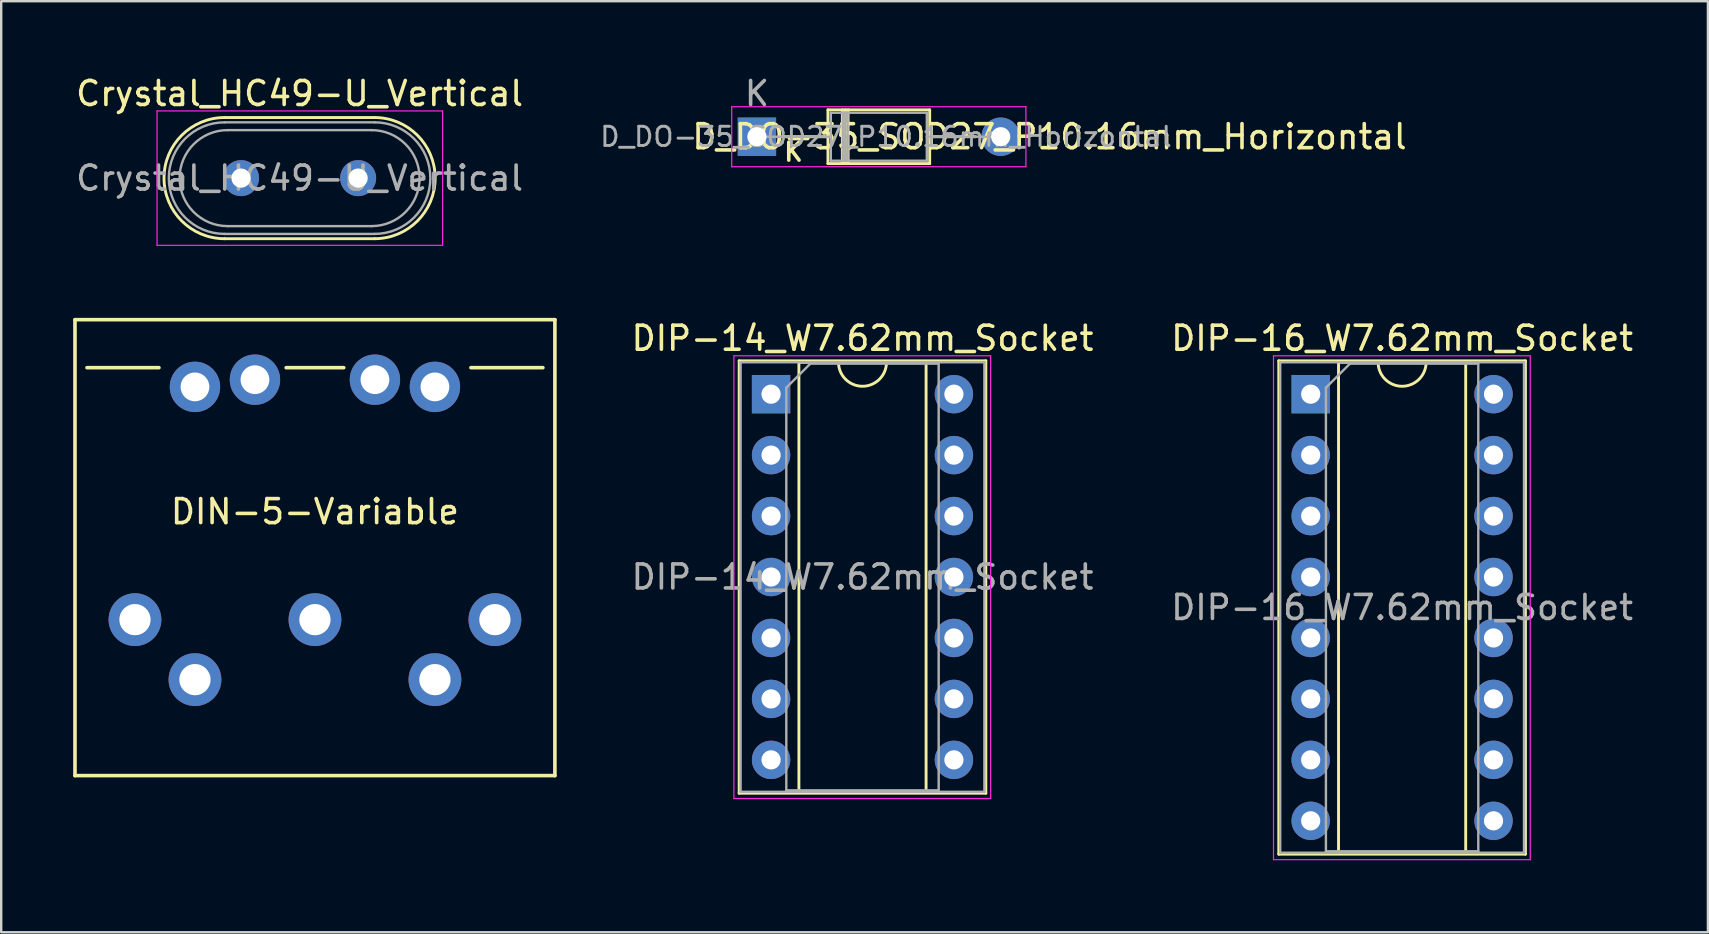
<source format=kicad_pcb>
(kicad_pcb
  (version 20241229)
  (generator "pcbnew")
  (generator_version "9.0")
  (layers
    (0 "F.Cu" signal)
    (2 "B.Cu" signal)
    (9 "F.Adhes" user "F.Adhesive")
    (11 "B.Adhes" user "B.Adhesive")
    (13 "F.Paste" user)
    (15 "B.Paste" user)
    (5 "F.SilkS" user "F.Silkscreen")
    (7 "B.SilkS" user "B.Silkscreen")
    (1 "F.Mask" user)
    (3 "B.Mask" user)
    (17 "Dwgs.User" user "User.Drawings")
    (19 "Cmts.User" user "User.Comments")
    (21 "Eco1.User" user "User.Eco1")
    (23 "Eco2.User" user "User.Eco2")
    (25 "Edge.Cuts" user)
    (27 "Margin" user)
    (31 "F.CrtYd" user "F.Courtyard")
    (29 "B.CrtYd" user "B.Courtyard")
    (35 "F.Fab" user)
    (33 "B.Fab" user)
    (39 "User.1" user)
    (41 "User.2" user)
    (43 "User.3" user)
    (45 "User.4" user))
  (footprint "DIP-16_W7.62mm_Socket"
    (layer "F.Cu")
    (at 51.572 13.377)
    (property "Reference" "DIP-16_W7.62mm_Socket" (at 3.81 -2.33 0) (layer "F.SilkS") (effects (font (size 1 1) (thickness 0.15))))
    (attr through_hole)
    (fp_line (start -1.33 -1.39) (end -1.33 19.17) (stroke (width 0.12) (type solid)) (layer "F.SilkS"))
    (fp_line (start -1.33 19.17) (end 8.95 19.17) (stroke (width 0.12) (type solid)) (layer "F.SilkS"))
    (fp_line (start 1.16 -1.33) (end 1.16 19.11) (stroke (width 0.12) (type solid)) (layer "F.SilkS"))
    (fp_line (start 1.16 19.11) (end 6.46 19.11) (stroke (width 0.12) (type solid)) (layer "F.SilkS"))
    (fp_line (start 2.81 -1.33) (end 1.16 -1.33) (stroke (width 0.12) (type solid)) (layer "F.SilkS"))
    (fp_line (start 6.46 -1.33) (end 4.81 -1.33) (stroke (width 0.12) (type solid)) (layer "F.SilkS"))
    (fp_line (start 6.46 19.11) (end 6.46 -1.33) (stroke (width 0.12) (type solid)) (layer "F.SilkS"))
    (fp_line (start 8.95 -1.39) (end -1.33 -1.39) (stroke (width 0.12) (type solid)) (layer "F.SilkS"))
    (fp_line (start 8.95 19.17) (end 8.95 -1.39) (stroke (width 0.12) (type solid)) (layer "F.SilkS"))
    (fp_arc (start 4.81 -1.33) (mid 3.81 -0.33) (end 2.81 -1.33) (stroke (width 0.12) (type solid)) (layer "F.SilkS"))
    (fp_line (start -1.55 -1.6) (end -1.55 19.4) (stroke (width 0.05) (type solid)) (layer "F.CrtYd"))
    (fp_line (start -1.55 19.4) (end 9.15 19.4) (stroke (width 0.05) (type solid)) (layer "F.CrtYd"))
    (fp_line (start 9.15 -1.6) (end -1.55 -1.6) (stroke (width 0.05) (type solid)) (layer "F.CrtYd"))
    (fp_line (start 9.15 19.4) (end 9.15 -1.6) (stroke (width 0.05) (type solid)) (layer "F.CrtYd"))
    (fp_line (start -1.27 -1.33) (end -1.27 19.11) (stroke (width 0.1) (type solid)) (layer "F.Fab"))
    (fp_line (start -1.27 19.11) (end 8.89 19.11) (stroke (width 0.1) (type solid)) (layer "F.Fab"))
    (fp_line (start 0.635 -0.27) (end 1.635 -1.27) (stroke (width 0.1) (type solid)) (layer "F.Fab"))
    (fp_line (start 0.635 19.05) (end 0.635 -0.27) (stroke (width 0.1) (type solid)) (layer "F.Fab"))
    (fp_line (start 1.635 -1.27) (end 6.985 -1.27) (stroke (width 0.1) (type solid)) (layer "F.Fab"))
    (fp_line (start 6.985 -1.27) (end 6.985 19.05) (stroke (width 0.1) (type solid)) (layer "F.Fab"))
    (fp_line (start 6.985 19.05) (end 0.635 19.05) (stroke (width 0.1) (type solid)) (layer "F.Fab"))
    (fp_line (start 8.89 -1.33) (end -1.27 -1.33) (stroke (width 0.1) (type solid)) (layer "F.Fab"))
    (fp_line (start 8.89 19.11) (end 8.89 -1.33) (stroke (width 0.1) (type solid)) (layer "F.Fab"))
    (fp_text user "${REFERENCE}" (at 3.81 8.89 0) (layer "F.Fab") (effects (font (size 1 1) (thickness 0.15))))
    (pad "1" thru_hole rect (at 0 0) (size 1.6 1.6) (drill 0.8) (layers "*.Cu" "*.Mask"))
    (pad "2" thru_hole oval (at 0 2.54) (size 1.6 1.6) (drill 0.8) (layers "*.Cu" "*.Mask"))
    (pad "3" thru_hole oval (at 0 5.08) (size 1.6 1.6) (drill 0.8) (layers "*.Cu" "*.Mask"))
    (pad "4" thru_hole oval (at 0 7.62) (size 1.6 1.6) (drill 0.8) (layers "*.Cu" "*.Mask"))
    (pad "5" thru_hole oval (at 0 10.16) (size 1.6 1.6) (drill 0.8) (layers "*.Cu" "*.Mask"))
    (pad "6" thru_hole oval (at 0 12.7) (size 1.6 1.6) (drill 0.8) (layers "*.Cu" "*.Mask"))
    (pad "7" thru_hole oval (at 0 15.24) (size 1.6 1.6) (drill 0.8) (layers "*.Cu" "*.Mask"))
    (pad "8" thru_hole oval (at 0 17.78) (size 1.6 1.6) (drill 0.8) (layers "*.Cu" "*.Mask"))
    (pad "9" thru_hole oval (at 7.62 17.78) (size 1.6 1.6) (drill 0.8) (layers "*.Cu" "*.Mask"))
    (pad "10" thru_hole oval (at 7.62 15.24) (size 1.6 1.6) (drill 0.8) (layers "*.Cu" "*.Mask"))
    (pad "11" thru_hole oval (at 7.62 12.7) (size 1.6 1.6) (drill 0.8) (layers "*.Cu" "*.Mask"))
    (pad "12" thru_hole oval (at 7.62 10.16) (size 1.6 1.6) (drill 0.8) (layers "*.Cu" "*.Mask"))
    (pad "13" thru_hole oval (at 7.62 7.62) (size 1.6 1.6) (drill 0.8) (layers "*.Cu" "*.Mask"))
    (pad "14" thru_hole oval (at 7.62 5.08) (size 1.6 1.6) (drill 0.8) (layers "*.Cu" "*.Mask"))
    (pad "15" thru_hole oval (at 7.62 2.54) (size 1.6 1.6) (drill 0.8) (layers "*.Cu" "*.Mask"))
    (pad "16" thru_hole oval (at 7.62 0) (size 1.6 1.6) (drill 0.8) (layers "*.Cu" "*.Mask")))
  (footprint "D_DO-35_SOD27_P10.16mm_Horizontal"
    (layer "F.Cu")
    (at 28.494 2.648)
    (property "Reference" "D_DO-35_SOD27_P10.16mm_Horizontal" (at 12.192 0 180) (layer "F.SilkS") (effects (font (size 1 1) (thickness 0.15))))
    (attr through_hole)
    (fp_line (start 1.04 0) (end 2.96 0) (stroke (width 0.12) (type solid)) (layer "F.SilkS"))
    (fp_line (start 2.96 -1.12) (end 2.96 1.12) (stroke (width 0.12) (type solid)) (layer "F.SilkS"))
    (fp_line (start 2.96 1.12) (end 7.2 1.12) (stroke (width 0.12) (type solid)) (layer "F.SilkS"))
    (fp_line (start 3.56 -1.12) (end 3.56 1.12) (stroke (width 0.12) (type solid)) (layer "F.SilkS"))
    (fp_line (start 3.68 -1.12) (end 3.68 1.12) (stroke (width 0.12) (type solid)) (layer "F.SilkS"))
    (fp_line (start 3.8 -1.12) (end 3.8 1.12) (stroke (width 0.12) (type solid)) (layer "F.SilkS"))
    (fp_line (start 7.2 -1.12) (end 2.96 -1.12) (stroke (width 0.12) (type solid)) (layer "F.SilkS"))
    (fp_line (start 7.2 1.12) (end 7.2 -1.12) (stroke (width 0.12) (type solid)) (layer "F.SilkS"))
    (fp_line (start 9.12 0) (end 7.2 0) (stroke (width 0.12) (type solid)) (layer "F.SilkS"))
    (fp_line (start -1.05 -1.25) (end -1.05 1.25) (stroke (width 0.05) (type solid)) (layer "F.CrtYd"))
    (fp_line (start -1.05 1.25) (end 11.21 1.25) (stroke (width 0.05) (type solid)) (layer "F.CrtYd"))
    (fp_line (start 11.21 -1.25) (end -1.05 -1.25) (stroke (width 0.05) (type solid)) (layer "F.CrtYd"))
    (fp_line (start 11.21 1.25) (end 11.21 -1.25) (stroke (width 0.05) (type solid)) (layer "F.CrtYd"))
    (fp_line (start 0 0) (end 3.08 0) (stroke (width 0.1) (type solid)) (layer "F.Fab"))
    (fp_line (start 3.08 -1) (end 3.08 1) (stroke (width 0.1) (type solid)) (layer "F.Fab"))
    (fp_line (start 3.08 1) (end 7.08 1) (stroke (width 0.1) (type solid)) (layer "F.Fab"))
    (fp_line (start 3.58 -1) (end 3.58 1) (stroke (width 0.1) (type solid)) (layer "F.Fab"))
    (fp_line (start 3.68 -1) (end 3.68 1) (stroke (width 0.1) (type solid)) (layer "F.Fab"))
    (fp_line (start 3.78 -1) (end 3.78 1) (stroke (width 0.1) (type solid)) (layer "F.Fab"))
    (fp_line (start 7.08 -1) (end 3.08 -1) (stroke (width 0.1) (type solid)) (layer "F.Fab"))
    (fp_line (start 7.08 1) (end 7.08 -1) (stroke (width 0.1) (type solid)) (layer "F.Fab"))
    (fp_line (start 10.16 0) (end 7.08 0) (stroke (width 0.1) (type solid)) (layer "F.Fab"))
    (fp_text user "K" (at 1.524 0.635 180) (layer "F.SilkS") (effects (font (size 0.75 0.75) (thickness 0.15))))
    (fp_text user "K" (at 0 -1.8 180) (layer "F.Fab") (effects (font (size 1 1) (thickness 0.15))))
    (fp_text user "${REFERENCE}" (at 5.38 0 180) (layer "F.Fab") (effects (font (size 0.8 0.8) (thickness 0.12))))
    (pad "1" thru_hole rect (at 0 0) (size 1.6 1.6) (drill 0.8) (layers "*.Cu" "*.Mask"))
    (pad "2" thru_hole oval (at 10.16 0) (size 1.6 1.6) (drill 0.8) (layers "*.Cu" "*.Mask")))
  (footprint "DIN-5-Variable"
    (layer "F.Cu")
    (at 10.075 22.773)
    (property "Reference" "DIN-5-Variable" (at 0 -4.5 0) (layer "F.SilkS") (effects (font (size 1 1) (thickness 0.15))))
    (attr through_hole)
    (fp_line (start -10 -12.5) (end -10 6.5) (stroke (width 0.15) (type solid)) (layer "F.SilkS"))
    (fp_line (start -10 6.5) (end 10 6.5) (stroke (width 0.15) (type solid)) (layer "F.SilkS"))
    (fp_line (start -9.5 -10.5) (end -6.5 -10.5) (stroke (width 0.15) (type solid)) (layer "F.SilkS"))
    (fp_line (start -1.2 -10.5) (end 1.2 -10.5) (stroke (width 0.15) (type solid)) (layer "F.SilkS"))
    (fp_line (start 6.5 -10.5) (end 9.5 -10.5) (stroke (width 0.15) (type solid)) (layer "F.SilkS"))
    (fp_line (start 10 -12.5) (end -10 -12.5) (stroke (width 0.15) (type solid)) (layer "F.SilkS"))
    (fp_line (start 10 6.5) (end 10 -12.5) (stroke (width 0.15) (type solid)) (layer "F.SilkS"))
    (pad "" thru_hole circle (at -5 -9.7) (size 2.1 2.1) (drill 1.2) (layers "*.Cu" "*.Mask"))
    (pad "" thru_hole circle (at -2.5 -10) (size 2.1 2.1) (drill 1.2) (layers "*.Cu" "*.Mask"))
    (pad "" thru_hole circle (at 2.5 -10) (size 2.1 2.1) (drill 1.2) (layers "*.Cu" "*.Mask"))
    (pad "" thru_hole circle (at 5 -9.7) (size 2.1 2.1) (drill 1.2) (layers "*.Cu" "*.Mask"))
    (pad "1" thru_hole circle (at -7.5 0) (size 2.2 2.2) (drill 1.3) (layers "*.Cu" "*.Mask"))
    (pad "2" thru_hole circle (at 0 0) (size 2.2 2.2) (drill 1.3) (layers "*.Cu" "*.Mask"))
    (pad "3" thru_hole circle (at 7.5 0) (size 2.2 2.2) (drill 1.3) (layers "*.Cu" "*.Mask"))
    (pad "4" thru_hole circle (at -5 2.5) (size 2.2 2.2) (drill 1.3) (layers "*.Cu" "*.Mask"))
    (pad "5" thru_hole circle (at 5 2.5) (size 2.2 2.2) (drill 1.3) (layers "*.Cu" "*.Mask")))
  (footprint "DIP-14_W7.62mm_Socket"
    (layer "F.Cu")
    (at 29.084 13.377)
    (property "Reference" "DIP-14_W7.62mm_Socket" (at 3.81 -2.33 0) (layer "F.SilkS") (effects (font (size 1 1) (thickness 0.15))))
    (attr through_hole)
    (fp_line (start -1.33 -1.39) (end -1.33 16.63) (stroke (width 0.12) (type solid)) (layer "F.SilkS"))
    (fp_line (start -1.33 16.63) (end 8.95 16.63) (stroke (width 0.12) (type solid)) (layer "F.SilkS"))
    (fp_line (start 1.16 -1.33) (end 1.16 16.57) (stroke (width 0.12) (type solid)) (layer "F.SilkS"))
    (fp_line (start 1.16 16.57) (end 6.46 16.57) (stroke (width 0.12) (type solid)) (layer "F.SilkS"))
    (fp_line (start 2.81 -1.33) (end 1.16 -1.33) (stroke (width 0.12) (type solid)) (layer "F.SilkS"))
    (fp_line (start 6.46 -1.33) (end 4.81 -1.33) (stroke (width 0.12) (type solid)) (layer "F.SilkS"))
    (fp_line (start 6.46 16.57) (end 6.46 -1.33) (stroke (width 0.12) (type solid)) (layer "F.SilkS"))
    (fp_line (start 8.95 -1.39) (end -1.33 -1.39) (stroke (width 0.12) (type solid)) (layer "F.SilkS"))
    (fp_line (start 8.95 16.63) (end 8.95 -1.39) (stroke (width 0.12) (type solid)) (layer "F.SilkS"))
    (fp_arc (start 4.81 -1.33) (mid 3.81 -0.33) (end 2.81 -1.33) (stroke (width 0.12) (type solid)) (layer "F.SilkS"))
    (fp_line (start -1.55 -1.6) (end -1.55 16.85) (stroke (width 0.05) (type solid)) (layer "F.CrtYd"))
    (fp_line (start -1.55 16.85) (end 9.15 16.85) (stroke (width 0.05) (type solid)) (layer "F.CrtYd"))
    (fp_line (start 9.15 -1.6) (end -1.55 -1.6) (stroke (width 0.05) (type solid)) (layer "F.CrtYd"))
    (fp_line (start 9.15 16.85) (end 9.15 -1.6) (stroke (width 0.05) (type solid)) (layer "F.CrtYd"))
    (fp_line (start -1.27 -1.33) (end -1.27 16.57) (stroke (width 0.1) (type solid)) (layer "F.Fab"))
    (fp_line (start -1.27 16.57) (end 8.89 16.57) (stroke (width 0.1) (type solid)) (layer "F.Fab"))
    (fp_line (start 0.635 -0.27) (end 1.635 -1.27) (stroke (width 0.1) (type solid)) (layer "F.Fab"))
    (fp_line (start 0.635 16.51) (end 0.635 -0.27) (stroke (width 0.1) (type solid)) (layer "F.Fab"))
    (fp_line (start 1.635 -1.27) (end 6.985 -1.27) (stroke (width 0.1) (type solid)) (layer "F.Fab"))
    (fp_line (start 6.985 -1.27) (end 6.985 16.51) (stroke (width 0.1) (type solid)) (layer "F.Fab"))
    (fp_line (start 6.985 16.51) (end 0.635 16.51) (stroke (width 0.1) (type solid)) (layer "F.Fab"))
    (fp_line (start 8.89 -1.33) (end -1.27 -1.33) (stroke (width 0.1) (type solid)) (layer "F.Fab"))
    (fp_line (start 8.89 16.57) (end 8.89 -1.33) (stroke (width 0.1) (type solid)) (layer "F.Fab"))
    (fp_text user "${REFERENCE}" (at 3.81 7.62 0) (layer "F.Fab") (effects (font (size 1 1) (thickness 0.15))))
    (pad "1" thru_hole rect (at 0 0) (size 1.6 1.6) (drill 0.8) (layers "*.Cu" "*.Mask"))
    (pad "2" thru_hole oval (at 0 2.54) (size 1.6 1.6) (drill 0.8) (layers "*.Cu" "*.Mask"))
    (pad "3" thru_hole oval (at 0 5.08) (size 1.6 1.6) (drill 0.8) (layers "*.Cu" "*.Mask"))
    (pad "4" thru_hole oval (at 0 7.62) (size 1.6 1.6) (drill 0.8) (layers "*.Cu" "*.Mask"))
    (pad "5" thru_hole oval (at 0 10.16) (size 1.6 1.6) (drill 0.8) (layers "*.Cu" "*.Mask"))
    (pad "6" thru_hole oval (at 0 12.7) (size 1.6 1.6) (drill 0.8) (layers "*.Cu" "*.Mask"))
    (pad "7" thru_hole oval (at 0 15.24) (size 1.6 1.6) (drill 0.8) (layers "*.Cu" "*.Mask"))
    (pad "8" thru_hole oval (at 7.62 15.24) (size 1.6 1.6) (drill 0.8) (layers "*.Cu" "*.Mask"))
    (pad "9" thru_hole oval (at 7.62 12.7) (size 1.6 1.6) (drill 0.8) (layers "*.Cu" "*.Mask"))
    (pad "10" thru_hole oval (at 7.62 10.16) (size 1.6 1.6) (drill 0.8) (layers "*.Cu" "*.Mask"))
    (pad "11" thru_hole oval (at 7.62 7.62) (size 1.6 1.6) (drill 0.8) (layers "*.Cu" "*.Mask"))
    (pad "12" thru_hole oval (at 7.62 5.08) (size 1.6 1.6) (drill 0.8) (layers "*.Cu" "*.Mask"))
    (pad "13" thru_hole oval (at 7.62 2.54) (size 1.6 1.6) (drill 0.8) (layers "*.Cu" "*.Mask"))
    (pad "14" thru_hole oval (at 7.62 0) (size 1.6 1.6) (drill 0.8) (layers "*.Cu" "*.Mask")))
  (footprint "Crystal_HC49-U_Vertical"
    (layer "F.Cu")
    (at 6.995 4.373)
    (property "Reference" "Crystal_HC49-U_Vertical" (at 2.44 -3.525 0) (layer "F.SilkS") (effects (font (size 1 1) (thickness 0.15))))
    (attr through_hole)
    (fp_line (start -0.685 -2.525) (end 5.565 -2.525) (stroke (width 0.12) (type solid)) (layer "F.SilkS"))
    (fp_line (start -0.685 2.525) (end 5.565 2.525) (stroke (width 0.12) (type solid)) (layer "F.SilkS"))
    (fp_arc (start -0.685 2.525) (mid -3.21 0) (end -0.685 -2.525) (stroke (width 0.12) (type solid)) (layer "F.SilkS"))
    (fp_arc (start 5.565 -2.525) (mid 8.09 0) (end 5.565 2.525) (stroke (width 0.12) (type solid)) (layer "F.SilkS"))
    (fp_line (start -3.5 -2.8) (end -3.5 2.8) (stroke (width 0.05) (type solid)) (layer "F.CrtYd"))
    (fp_line (start -3.5 2.8) (end 8.4 2.8) (stroke (width 0.05) (type solid)) (layer "F.CrtYd"))
    (fp_line (start 8.4 -2.8) (end -3.5 -2.8) (stroke (width 0.05) (type solid)) (layer "F.CrtYd"))
    (fp_line (start 8.4 2.8) (end 8.4 -2.8) (stroke (width 0.05) (type solid)) (layer "F.CrtYd"))
    (fp_line (start -0.685 -2.325) (end 5.565 -2.325) (stroke (width 0.1) (type solid)) (layer "F.Fab"))
    (fp_line (start -0.685 2.325) (end 5.565 2.325) (stroke (width 0.1) (type solid)) (layer "F.Fab"))
    (fp_line (start -0.56 -2) (end 5.44 -2) (stroke (width 0.1) (type solid)) (layer "F.Fab"))
    (fp_line (start -0.56 2) (end 5.44 2) (stroke (width 0.1) (type solid)) (layer "F.Fab"))
    (fp_arc (start -0.685 2.325) (mid -3.01 0) (end -0.685 -2.325) (stroke (width 0.1) (type solid)) (layer "F.Fab"))
    (fp_arc (start -0.56 2) (mid -2.56 0) (end -0.56 -2) (stroke (width 0.1) (type solid)) (layer "F.Fab"))
    (fp_arc (start 5.44 -2) (mid 7.44 0) (end 5.44 2) (stroke (width 0.1) (type solid)) (layer "F.Fab"))
    (fp_arc (start 5.565 -2.325) (mid 7.89 0) (end 5.565 2.325) (stroke (width 0.1) (type solid)) (layer "F.Fab"))
    (fp_text user "${REFERENCE}" (at 2.44 0 0) (layer "F.Fab") (effects (font (size 1 1) (thickness 0.15))))
    (pad "1" thru_hole circle (at 0 0) (size 1.5 1.5) (drill 0.8) (layers "*.Cu" "*.Mask"))
    (pad "2" thru_hole circle (at 4.88 0) (size 1.5 1.5) (drill 0.8) (layers "*.Cu" "*.Mask")))
  (gr_rect
    (start -3 -3)
    (end 68.126 35.801)
    (stroke (width 0.1) (type default))
    (fill no)
    (layer "Edge.Cuts")))
</source>
